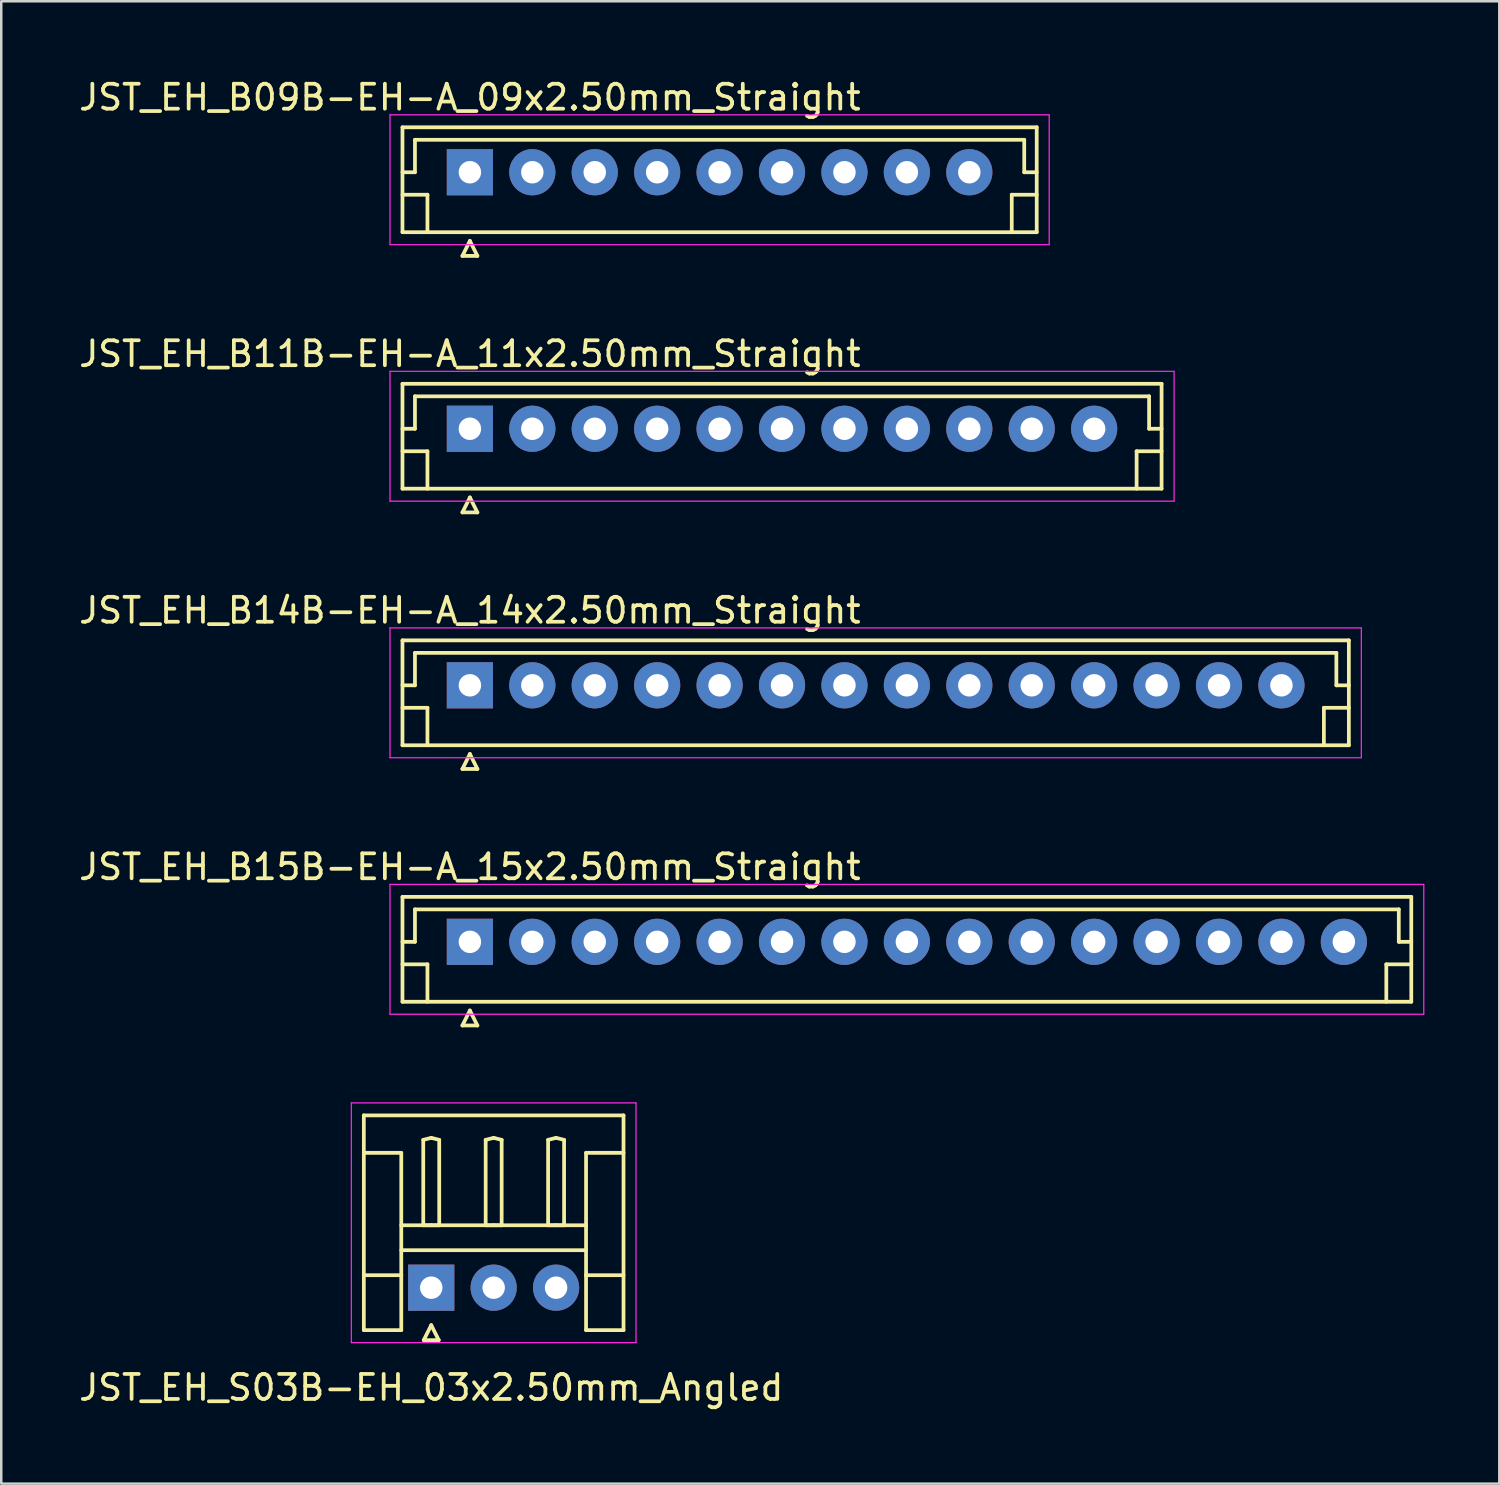
<source format=kicad_pcb>
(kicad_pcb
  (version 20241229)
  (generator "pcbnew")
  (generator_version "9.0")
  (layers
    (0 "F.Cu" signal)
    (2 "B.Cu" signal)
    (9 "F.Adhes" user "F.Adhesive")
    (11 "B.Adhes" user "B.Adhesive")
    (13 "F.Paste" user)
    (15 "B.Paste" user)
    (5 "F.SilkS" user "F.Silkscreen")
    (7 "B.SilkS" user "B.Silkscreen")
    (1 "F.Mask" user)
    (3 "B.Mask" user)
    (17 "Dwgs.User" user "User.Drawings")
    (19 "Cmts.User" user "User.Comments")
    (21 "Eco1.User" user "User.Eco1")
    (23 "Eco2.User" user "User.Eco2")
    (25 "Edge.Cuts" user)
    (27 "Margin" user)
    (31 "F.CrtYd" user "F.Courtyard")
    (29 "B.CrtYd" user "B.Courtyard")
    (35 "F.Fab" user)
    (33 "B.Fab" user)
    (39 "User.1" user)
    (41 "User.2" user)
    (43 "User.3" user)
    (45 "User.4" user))
  (footprint "JST_EH_B09B-EH-A_09x2.50mm_Straight"
    (layer "F.Cu")
    (at 15.768 3.848)
    (property "Reference" "JST_EH_B09B-EH-A_09x2.50mm_Straight" (at 0 -3 0) (layer "F.SilkS") (effects (font (size 1 1) (thickness 0.15))))
    (attr through_hole)
    (fp_line (start -2.7 -1.8) (end -2.7 2.4) (stroke (width 0.15) (type solid)) (layer "F.SilkS"))
    (fp_line (start -2.7 0) (end -2.2 0) (stroke (width 0.15) (type solid)) (layer "F.SilkS"))
    (fp_line (start -2.7 0.9) (end -1.7 0.9) (stroke (width 0.15) (type solid)) (layer "F.SilkS"))
    (fp_line (start -2.7 2.4) (end 22.7 2.4) (stroke (width 0.15) (type solid)) (layer "F.SilkS"))
    (fp_line (start -2.2 -1.3) (end 22.2 -1.3) (stroke (width 0.15) (type solid)) (layer "F.SilkS"))
    (fp_line (start -2.2 0) (end -2.2 -1.3) (stroke (width 0.15) (type solid)) (layer "F.SilkS"))
    (fp_line (start -1.7 0.9) (end -1.7 2.4) (stroke (width 0.15) (type solid)) (layer "F.SilkS"))
    (fp_line (start -0.3 3.35) (end 0.3 3.35) (stroke (width 0.15) (type solid)) (layer "F.SilkS"))
    (fp_line (start 0 2.75) (end -0.3 3.35) (stroke (width 0.15) (type solid)) (layer "F.SilkS"))
    (fp_line (start 0.3 3.35) (end 0 2.75) (stroke (width 0.15) (type solid)) (layer "F.SilkS"))
    (fp_line (start 21.7 0.9) (end 21.7 2.4) (stroke (width 0.15) (type solid)) (layer "F.SilkS"))
    (fp_line (start 22.2 -1.3) (end 22.2 0) (stroke (width 0.15) (type solid)) (layer "F.SilkS"))
    (fp_line (start 22.2 0) (end 22.7 0) (stroke (width 0.15) (type solid)) (layer "F.SilkS"))
    (fp_line (start 22.7 -1.8) (end -2.7 -1.8) (stroke (width 0.15) (type solid)) (layer "F.SilkS"))
    (fp_line (start 22.7 0.9) (end 21.7 0.9) (stroke (width 0.15) (type solid)) (layer "F.SilkS"))
    (fp_line (start 22.7 2.4) (end 22.7 -1.8) (stroke (width 0.15) (type solid)) (layer "F.SilkS"))
    (fp_line (start -3.2 -2.3) (end -3.2 2.9) (stroke (width 0.05) (type solid)) (layer "F.CrtYd"))
    (fp_line (start -3.2 2.9) (end 23.2 2.9) (stroke (width 0.05) (type solid)) (layer "F.CrtYd"))
    (fp_line (start 23.2 -2.3) (end -3.2 -2.3) (stroke (width 0.05) (type solid)) (layer "F.CrtYd"))
    (fp_line (start 23.2 2.9) (end 23.2 -2.3) (stroke (width 0.05) (type solid)) (layer "F.CrtYd"))
    (pad "1" thru_hole rect (at 0 0) (size 1.85 1.85) (drill 0.9) (layers "*.Cu" "*.Mask"))
    (pad "2" thru_hole circle (at 2.5 0) (size 1.85 1.85) (drill 0.9) (layers "*.Cu" "*.Mask"))
    (pad "3" thru_hole circle (at 5 0) (size 1.85 1.85) (drill 0.9) (layers "*.Cu" "*.Mask"))
    (pad "4" thru_hole circle (at 7.5 0) (size 1.85 1.85) (drill 0.9) (layers "*.Cu" "*.Mask"))
    (pad "5" thru_hole circle (at 10 0) (size 1.85 1.85) (drill 0.9) (layers "*.Cu" "*.Mask"))
    (pad "6" thru_hole circle (at 12.5 0) (size 1.85 1.85) (drill 0.9) (layers "*.Cu" "*.Mask"))
    (pad "7" thru_hole circle (at 15 0) (size 1.85 1.85) (drill 0.9) (layers "*.Cu" "*.Mask"))
    (pad "8" thru_hole circle (at 17.5 0) (size 1.85 1.85) (drill 0.9) (layers "*.Cu" "*.Mask"))
    (pad "9" thru_hole circle (at 20 0) (size 1.85 1.85) (drill 0.9) (layers "*.Cu" "*.Mask")))
  (footprint "JST_EH_B11B-EH-A_11x2.50mm_Straight"
    (layer "F.Cu")
    (at 15.768 14.121)
    (property "Reference" "JST_EH_B11B-EH-A_11x2.50mm_Straight" (at 0 -3 0) (layer "F.SilkS") (effects (font (size 1 1) (thickness 0.15))))
    (attr through_hole)
    (fp_line (start -2.7 -1.8) (end -2.7 2.4) (stroke (width 0.15) (type solid)) (layer "F.SilkS"))
    (fp_line (start -2.7 0) (end -2.2 0) (stroke (width 0.15) (type solid)) (layer "F.SilkS"))
    (fp_line (start -2.7 0.9) (end -1.7 0.9) (stroke (width 0.15) (type solid)) (layer "F.SilkS"))
    (fp_line (start -2.7 2.4) (end 27.7 2.4) (stroke (width 0.15) (type solid)) (layer "F.SilkS"))
    (fp_line (start -2.2 -1.3) (end 27.2 -1.3) (stroke (width 0.15) (type solid)) (layer "F.SilkS"))
    (fp_line (start -2.2 0) (end -2.2 -1.3) (stroke (width 0.15) (type solid)) (layer "F.SilkS"))
    (fp_line (start -1.7 0.9) (end -1.7 2.4) (stroke (width 0.15) (type solid)) (layer "F.SilkS"))
    (fp_line (start -0.3 3.35) (end 0.3 3.35) (stroke (width 0.15) (type solid)) (layer "F.SilkS"))
    (fp_line (start 0 2.75) (end -0.3 3.35) (stroke (width 0.15) (type solid)) (layer "F.SilkS"))
    (fp_line (start 0.3 3.35) (end 0 2.75) (stroke (width 0.15) (type solid)) (layer "F.SilkS"))
    (fp_line (start 26.7 0.9) (end 26.7 2.4) (stroke (width 0.15) (type solid)) (layer "F.SilkS"))
    (fp_line (start 27.2 -1.3) (end 27.2 0) (stroke (width 0.15) (type solid)) (layer "F.SilkS"))
    (fp_line (start 27.2 0) (end 27.7 0) (stroke (width 0.15) (type solid)) (layer "F.SilkS"))
    (fp_line (start 27.7 -1.8) (end -2.7 -1.8) (stroke (width 0.15) (type solid)) (layer "F.SilkS"))
    (fp_line (start 27.7 0.9) (end 26.7 0.9) (stroke (width 0.15) (type solid)) (layer "F.SilkS"))
    (fp_line (start 27.7 2.4) (end 27.7 -1.8) (stroke (width 0.15) (type solid)) (layer "F.SilkS"))
    (fp_line (start -3.2 -2.3) (end -3.2 2.9) (stroke (width 0.05) (type solid)) (layer "F.CrtYd"))
    (fp_line (start -3.2 2.9) (end 28.2 2.9) (stroke (width 0.05) (type solid)) (layer "F.CrtYd"))
    (fp_line (start 28.2 -2.3) (end -3.2 -2.3) (stroke (width 0.05) (type solid)) (layer "F.CrtYd"))
    (fp_line (start 28.2 2.9) (end 28.2 -2.3) (stroke (width 0.05) (type solid)) (layer "F.CrtYd"))
    (pad "1" thru_hole rect (at 0 0) (size 1.85 1.85) (drill 0.9) (layers "*.Cu" "*.Mask"))
    (pad "2" thru_hole circle (at 2.5 0) (size 1.85 1.85) (drill 0.9) (layers "*.Cu" "*.Mask"))
    (pad "3" thru_hole circle (at 5 0) (size 1.85 1.85) (drill 0.9) (layers "*.Cu" "*.Mask"))
    (pad "4" thru_hole circle (at 7.5 0) (size 1.85 1.85) (drill 0.9) (layers "*.Cu" "*.Mask"))
    (pad "5" thru_hole circle (at 10 0) (size 1.85 1.85) (drill 0.9) (layers "*.Cu" "*.Mask"))
    (pad "6" thru_hole circle (at 12.5 0) (size 1.85 1.85) (drill 0.9) (layers "*.Cu" "*.Mask"))
    (pad "7" thru_hole circle (at 15 0) (size 1.85 1.85) (drill 0.9) (layers "*.Cu" "*.Mask"))
    (pad "8" thru_hole circle (at 17.5 0) (size 1.85 1.85) (drill 0.9) (layers "*.Cu" "*.Mask"))
    (pad "9" thru_hole circle (at 20 0) (size 1.85 1.85) (drill 0.9) (layers "*.Cu" "*.Mask"))
    (pad "10" thru_hole circle (at 22.5 0) (size 1.85 1.85) (drill 0.9) (layers "*.Cu" "*.Mask"))
    (pad "11" thru_hole circle (at 25 0) (size 1.85 1.85) (drill 0.9) (layers "*.Cu" "*.Mask")))
  (footprint "JST_EH_S03B-EH_03x2.50mm_Angled"
    (layer "F.Cu")
    (at 14.22 48.518)
    (property "Reference" "JST_EH_S03B-EH_03x2.50mm_Angled" (at 0 4 0) (layer "F.SilkS") (effects (font (size 1 1) (thickness 0.15))))
    (attr through_hole)
    (fp_line (start -2.7 -6.9) (end 7.7 -6.9) (stroke (width 0.15) (type solid)) (layer "F.SilkS"))
    (fp_line (start -2.7 -5.4) (end -1.2 -5.4) (stroke (width 0.15) (type solid)) (layer "F.SilkS"))
    (fp_line (start -2.7 1.7) (end -2.7 -6.9) (stroke (width 0.15) (type solid)) (layer "F.SilkS"))
    (fp_line (start -1.2 -5.4) (end -1.2 -0.5) (stroke (width 0.15) (type solid)) (layer "F.SilkS"))
    (fp_line (start -1.2 -2.5) (end 6.2 -2.5) (stroke (width 0.15) (type solid)) (layer "F.SilkS"))
    (fp_line (start -1.2 -1.5) (end 6.2 -1.5) (stroke (width 0.15) (type solid)) (layer "F.SilkS"))
    (fp_line (start -1.2 -0.5) (end -2.7 -0.5) (stroke (width 0.15) (type solid)) (layer "F.SilkS"))
    (fp_line (start -1.2 -0.5) (end -1.2 1.7) (stroke (width 0.15) (type solid)) (layer "F.SilkS"))
    (fp_line (start -1.2 1.7) (end -2.7 1.7) (stroke (width 0.15) (type solid)) (layer "F.SilkS"))
    (fp_line (start -0.32 -5.92) (end 0 -6) (stroke (width 0.15) (type solid)) (layer "F.SilkS"))
    (fp_line (start -0.32 -2.5) (end -0.32 -5.92) (stroke (width 0.15) (type solid)) (layer "F.SilkS"))
    (fp_line (start -0.3 2.1) (end 0.3 2.1) (stroke (width 0.15) (type solid)) (layer "F.SilkS"))
    (fp_line (start 0 -6) (end 0.32 -5.92) (stroke (width 0.15) (type solid)) (layer "F.SilkS"))
    (fp_line (start 0 -2.5) (end -0.32 -2.5) (stroke (width 0.15) (type solid)) (layer "F.SilkS"))
    (fp_line (start 0 1.5) (end -0.3 2.1) (stroke (width 0.15) (type solid)) (layer "F.SilkS"))
    (fp_line (start 0.3 2.1) (end 0 1.5) (stroke (width 0.15) (type solid)) (layer "F.SilkS"))
    (fp_line (start 0.32 -5.92) (end 0.32 -2.5) (stroke (width 0.15) (type solid)) (layer "F.SilkS"))
    (fp_line (start 0.32 -2.5) (end 0 -2.5) (stroke (width 0.15) (type solid)) (layer "F.SilkS"))
    (fp_line (start 2.18 -5.92) (end 2.5 -6) (stroke (width 0.15) (type solid)) (layer "F.SilkS"))
    (fp_line (start 2.18 -2.5) (end 2.18 -5.92) (stroke (width 0.15) (type solid)) (layer "F.SilkS"))
    (fp_line (start 2.5 -6) (end 2.82 -5.92) (stroke (width 0.15) (type solid)) (layer "F.SilkS"))
    (fp_line (start 2.5 -2.5) (end 2.18 -2.5) (stroke (width 0.15) (type solid)) (layer "F.SilkS"))
    (fp_line (start 2.82 -5.92) (end 2.82 -2.5) (stroke (width 0.15) (type solid)) (layer "F.SilkS"))
    (fp_line (start 2.82 -2.5) (end 2.5 -2.5) (stroke (width 0.15) (type solid)) (layer "F.SilkS"))
    (fp_line (start 4.68 -5.92) (end 5 -6) (stroke (width 0.15) (type solid)) (layer "F.SilkS"))
    (fp_line (start 4.68 -2.5) (end 4.68 -5.92) (stroke (width 0.15) (type solid)) (layer "F.SilkS"))
    (fp_line (start 5 -6) (end 5.32 -5.92) (stroke (width 0.15) (type solid)) (layer "F.SilkS"))
    (fp_line (start 5 -2.5) (end 4.68 -2.5) (stroke (width 0.15) (type solid)) (layer "F.SilkS"))
    (fp_line (start 5.32 -5.92) (end 5.32 -2.5) (stroke (width 0.15) (type solid)) (layer "F.SilkS"))
    (fp_line (start 5.32 -2.5) (end 5 -2.5) (stroke (width 0.15) (type solid)) (layer "F.SilkS"))
    (fp_line (start 6.2 -5.4) (end 6.2 -0.5) (stroke (width 0.15) (type solid)) (layer "F.SilkS"))
    (fp_line (start 6.2 -0.5) (end 7.7 -0.5) (stroke (width 0.15) (type solid)) (layer "F.SilkS"))
    (fp_line (start 6.2 1.7) (end 6.2 -0.5) (stroke (width 0.15) (type solid)) (layer "F.SilkS"))
    (fp_line (start 7.7 -6.9) (end 7.7 1.7) (stroke (width 0.15) (type solid)) (layer "F.SilkS"))
    (fp_line (start 7.7 -5.4) (end 6.2 -5.4) (stroke (width 0.15) (type solid)) (layer "F.SilkS"))
    (fp_line (start 7.7 1.7) (end 6.2 1.7) (stroke (width 0.15) (type solid)) (layer "F.SilkS"))
    (fp_line (start -3.2 -7.4) (end -3.2 2.2) (stroke (width 0.05) (type solid)) (layer "F.CrtYd"))
    (fp_line (start -3.2 2.2) (end 8.2 2.2) (stroke (width 0.05) (type solid)) (layer "F.CrtYd"))
    (fp_line (start 8.2 -7.4) (end -3.2 -7.4) (stroke (width 0.05) (type solid)) (layer "F.CrtYd"))
    (fp_line (start 8.2 2.2) (end 8.2 -7.4) (stroke (width 0.05) (type solid)) (layer "F.CrtYd"))
    (pad "1" thru_hole rect (at 0 0) (size 1.85 1.85) (drill 0.9) (layers "*.Cu" "*.Mask"))
    (pad "2" thru_hole circle (at 2.5 0) (size 1.85 1.85) (drill 0.9) (layers "*.Cu" "*.Mask"))
    (pad "3" thru_hole circle (at 5 0) (size 1.85 1.85) (drill 0.9) (layers "*.Cu" "*.Mask")))
  (footprint "JST_EH_B14B-EH-A_14x2.50mm_Straight"
    (layer "F.Cu")
    (at 15.768 24.395)
    (property "Reference" "JST_EH_B14B-EH-A_14x2.50mm_Straight" (at 0 -3 0) (layer "F.SilkS") (effects (font (size 1 1) (thickness 0.15))))
    (attr through_hole)
    (fp_line (start -2.7 -1.8) (end -2.7 2.4) (stroke (width 0.15) (type solid)) (layer "F.SilkS"))
    (fp_line (start -2.7 0) (end -2.2 0) (stroke (width 0.15) (type solid)) (layer "F.SilkS"))
    (fp_line (start -2.7 0.9) (end -1.7 0.9) (stroke (width 0.15) (type solid)) (layer "F.SilkS"))
    (fp_line (start -2.7 2.4) (end 35.2 2.4) (stroke (width 0.15) (type solid)) (layer "F.SilkS"))
    (fp_line (start -2.2 -1.3) (end 34.7 -1.3) (stroke (width 0.15) (type solid)) (layer "F.SilkS"))
    (fp_line (start -2.2 0) (end -2.2 -1.3) (stroke (width 0.15) (type solid)) (layer "F.SilkS"))
    (fp_line (start -1.7 0.9) (end -1.7 2.4) (stroke (width 0.15) (type solid)) (layer "F.SilkS"))
    (fp_line (start -0.3 3.35) (end 0.3 3.35) (stroke (width 0.15) (type solid)) (layer "F.SilkS"))
    (fp_line (start 0 2.75) (end -0.3 3.35) (stroke (width 0.15) (type solid)) (layer "F.SilkS"))
    (fp_line (start 0.3 3.35) (end 0 2.75) (stroke (width 0.15) (type solid)) (layer "F.SilkS"))
    (fp_line (start 34.2 0.9) (end 34.2 2.4) (stroke (width 0.15) (type solid)) (layer "F.SilkS"))
    (fp_line (start 34.7 -1.3) (end 34.7 0) (stroke (width 0.15) (type solid)) (layer "F.SilkS"))
    (fp_line (start 34.7 0) (end 35.2 0) (stroke (width 0.15) (type solid)) (layer "F.SilkS"))
    (fp_line (start 35.2 -1.8) (end -2.7 -1.8) (stroke (width 0.15) (type solid)) (layer "F.SilkS"))
    (fp_line (start 35.2 0.9) (end 34.2 0.9) (stroke (width 0.15) (type solid)) (layer "F.SilkS"))
    (fp_line (start 35.2 2.4) (end 35.2 -1.8) (stroke (width 0.15) (type solid)) (layer "F.SilkS"))
    (fp_line (start -3.2 -2.3) (end -3.2 2.9) (stroke (width 0.05) (type solid)) (layer "F.CrtYd"))
    (fp_line (start -3.2 2.9) (end 35.7 2.9) (stroke (width 0.05) (type solid)) (layer "F.CrtYd"))
    (fp_line (start 35.7 -2.3) (end -3.2 -2.3) (stroke (width 0.05) (type solid)) (layer "F.CrtYd"))
    (fp_line (start 35.7 2.9) (end 35.7 -2.3) (stroke (width 0.05) (type solid)) (layer "F.CrtYd"))
    (pad "1" thru_hole rect (at 0 0) (size 1.85 1.85) (drill 0.9) (layers "*.Cu" "*.Mask"))
    (pad "2" thru_hole circle (at 2.5 0) (size 1.85 1.85) (drill 0.9) (layers "*.Cu" "*.Mask"))
    (pad "3" thru_hole circle (at 5 0) (size 1.85 1.85) (drill 0.9) (layers "*.Cu" "*.Mask"))
    (pad "4" thru_hole circle (at 7.5 0) (size 1.85 1.85) (drill 0.9) (layers "*.Cu" "*.Mask"))
    (pad "5" thru_hole circle (at 10 0) (size 1.85 1.85) (drill 0.9) (layers "*.Cu" "*.Mask"))
    (pad "6" thru_hole circle (at 12.5 0) (size 1.85 1.85) (drill 0.9) (layers "*.Cu" "*.Mask"))
    (pad "7" thru_hole circle (at 15 0) (size 1.85 1.85) (drill 0.9) (layers "*.Cu" "*.Mask"))
    (pad "8" thru_hole circle (at 17.5 0) (size 1.85 1.85) (drill 0.9) (layers "*.Cu" "*.Mask"))
    (pad "9" thru_hole circle (at 20 0) (size 1.85 1.85) (drill 0.9) (layers "*.Cu" "*.Mask"))
    (pad "10" thru_hole circle (at 22.5 0) (size 1.85 1.85) (drill 0.9) (layers "*.Cu" "*.Mask"))
    (pad "11" thru_hole circle (at 25 0) (size 1.85 1.85) (drill 0.9) (layers "*.Cu" "*.Mask"))
    (pad "12" thru_hole circle (at 27.5 0) (size 1.85 1.85) (drill 0.9) (layers "*.Cu" "*.Mask"))
    (pad "13" thru_hole circle (at 30 0) (size 1.85 1.85) (drill 0.9) (layers "*.Cu" "*.Mask"))
    (pad "14" thru_hole circle (at 32.5 0) (size 1.85 1.85) (drill 0.9) (layers "*.Cu" "*.Mask")))
  (footprint "JST_EH_B15B-EH-A_15x2.50mm_Straight"
    (layer "F.Cu")
    (at 15.768 34.668)
    (property "Reference" "JST_EH_B15B-EH-A_15x2.50mm_Straight" (at 0 -3 0) (layer "F.SilkS") (effects (font (size 1 1) (thickness 0.15))))
    (attr through_hole)
    (fp_line (start -2.7 -1.8) (end -2.7 2.4) (stroke (width 0.15) (type solid)) (layer "F.SilkS"))
    (fp_line (start -2.7 0) (end -2.2 0) (stroke (width 0.15) (type solid)) (layer "F.SilkS"))
    (fp_line (start -2.7 0.9) (end -1.7 0.9) (stroke (width 0.15) (type solid)) (layer "F.SilkS"))
    (fp_line (start -2.7 2.4) (end 37.7 2.4) (stroke (width 0.15) (type solid)) (layer "F.SilkS"))
    (fp_line (start -2.2 -1.3) (end 37.2 -1.3) (stroke (width 0.15) (type solid)) (layer "F.SilkS"))
    (fp_line (start -2.2 0) (end -2.2 -1.3) (stroke (width 0.15) (type solid)) (layer "F.SilkS"))
    (fp_line (start -1.7 0.9) (end -1.7 2.4) (stroke (width 0.15) (type solid)) (layer "F.SilkS"))
    (fp_line (start -0.3 3.35) (end 0.3 3.35) (stroke (width 0.15) (type solid)) (layer "F.SilkS"))
    (fp_line (start 0 2.75) (end -0.3 3.35) (stroke (width 0.15) (type solid)) (layer "F.SilkS"))
    (fp_line (start 0.3 3.35) (end 0 2.75) (stroke (width 0.15) (type solid)) (layer "F.SilkS"))
    (fp_line (start 36.7 0.9) (end 36.7 2.4) (stroke (width 0.15) (type solid)) (layer "F.SilkS"))
    (fp_line (start 37.2 -1.3) (end 37.2 0) (stroke (width 0.15) (type solid)) (layer "F.SilkS"))
    (fp_line (start 37.2 0) (end 37.7 0) (stroke (width 0.15) (type solid)) (layer "F.SilkS"))
    (fp_line (start 37.7 -1.8) (end -2.7 -1.8) (stroke (width 0.15) (type solid)) (layer "F.SilkS"))
    (fp_line (start 37.7 0.9) (end 36.7 0.9) (stroke (width 0.15) (type solid)) (layer "F.SilkS"))
    (fp_line (start 37.7 2.4) (end 37.7 -1.8) (stroke (width 0.15) (type solid)) (layer "F.SilkS"))
    (fp_line (start -3.2 -2.3) (end -3.2 2.9) (stroke (width 0.05) (type solid)) (layer "F.CrtYd"))
    (fp_line (start -3.2 2.9) (end 38.2 2.9) (stroke (width 0.05) (type solid)) (layer "F.CrtYd"))
    (fp_line (start 38.2 -2.3) (end -3.2 -2.3) (stroke (width 0.05) (type solid)) (layer "F.CrtYd"))
    (fp_line (start 38.2 2.9) (end 38.2 -2.3) (stroke (width 0.05) (type solid)) (layer "F.CrtYd"))
    (pad "1" thru_hole rect (at 0 0) (size 1.85 1.85) (drill 0.9) (layers "*.Cu" "*.Mask"))
    (pad "2" thru_hole circle (at 2.5 0) (size 1.85 1.85) (drill 0.9) (layers "*.Cu" "*.Mask"))
    (pad "3" thru_hole circle (at 5 0) (size 1.85 1.85) (drill 0.9) (layers "*.Cu" "*.Mask"))
    (pad "4" thru_hole circle (at 7.5 0) (size 1.85 1.85) (drill 0.9) (layers "*.Cu" "*.Mask"))
    (pad "5" thru_hole circle (at 10 0) (size 1.85 1.85) (drill 0.9) (layers "*.Cu" "*.Mask"))
    (pad "6" thru_hole circle (at 12.5 0) (size 1.85 1.85) (drill 0.9) (layers "*.Cu" "*.Mask"))
    (pad "7" thru_hole circle (at 15 0) (size 1.85 1.85) (drill 0.9) (layers "*.Cu" "*.Mask"))
    (pad "8" thru_hole circle (at 17.5 0) (size 1.85 1.85) (drill 0.9) (layers "*.Cu" "*.Mask"))
    (pad "9" thru_hole circle (at 20 0) (size 1.85 1.85) (drill 0.9) (layers "*.Cu" "*.Mask"))
    (pad "10" thru_hole circle (at 22.5 0) (size 1.85 1.85) (drill 0.9) (layers "*.Cu" "*.Mask"))
    (pad "11" thru_hole circle (at 25 0) (size 1.85 1.85) (drill 0.9) (layers "*.Cu" "*.Mask"))
    (pad "12" thru_hole circle (at 27.5 0) (size 1.85 1.85) (drill 0.9) (layers "*.Cu" "*.Mask"))
    (pad "13" thru_hole circle (at 30 0) (size 1.85 1.85) (drill 0.9) (layers "*.Cu" "*.Mask"))
    (pad "14" thru_hole circle (at 32.5 0) (size 1.85 1.85) (drill 0.9) (layers "*.Cu" "*.Mask"))
    (pad "15" thru_hole circle (at 35 0) (size 1.85 1.85) (drill 0.9) (layers "*.Cu" "*.Mask")))
  (gr_rect
    (start -3 -3)
    (end 56.993 56.366)
    (stroke (width 0.1) (type default))
    (fill no)
    (layer "Edge.Cuts")))
</source>
